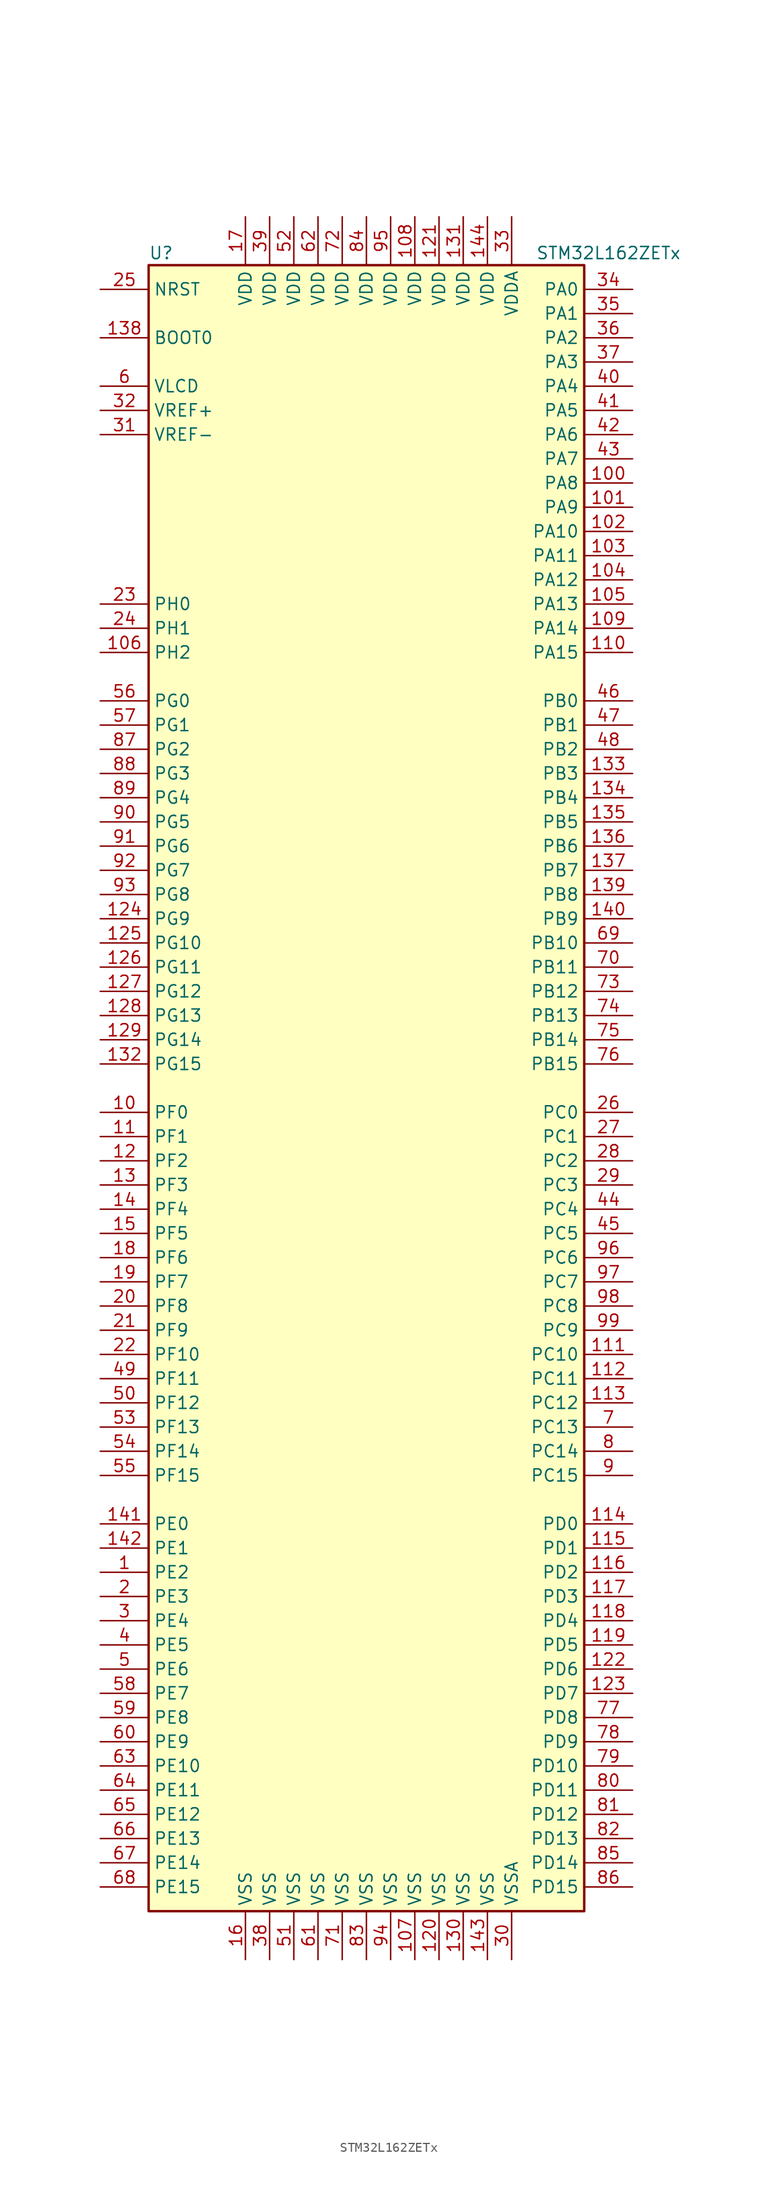
<source format=kicad_sym>
(kicad_symbol_lib
  (version 20201005)
  (generator kicad_symbol_editor)
  (symbol "STM32L162ZETx"
    (property "Reference" "U"
      (at -22.86 87.63 0)
      (effects (font (size 1.27 1.27)) (justify left)))
    (property "Value" "STM32L162ZETx"
      (at 17.78 87.63 0)
      (effects (font (size 1.27 1.27)) (justify left)))
    (symbol "STM32L162ZETx_0_1"
      (rectangle (start -22.86 -86.36) (end 22.86 86.36) (stroke (width 0.254)) (fill (type background))))
    (symbol "STM32L162ZETx_1_1"
      (pin input line (at -27.94 78.74 0) (length 5.08) (name "BOOT0" (effects (font (size 1.27 1.27)))) (number "138" (effects (font (size 1.27 1.27)))))
      (pin input line (at -27.94 83.82 0) (length 5.08) (name "NRST" (effects (font (size 1.27 1.27)))) (number "25" (effects (font (size 1.27 1.27)))))
      (pin bidirectional line (at 27.94 83.82 180) (length 5.08) (name "PA0" (effects (font (size 1.27 1.27)))) (number "34" (effects (font (size 1.27 1.27)))))
      (pin bidirectional line (at 27.94 81.28 180) (length 5.08) (name "PA1" (effects (font (size 1.27 1.27)))) (number "35" (effects (font (size 1.27 1.27)))))
      (pin bidirectional line (at 27.94 58.42 180) (length 5.08) (name "PA10" (effects (font (size 1.27 1.27)))) (number "102" (effects (font (size 1.27 1.27)))))
      (pin bidirectional line (at 27.94 55.88 180) (length 5.08) (name "PA11" (effects (font (size 1.27 1.27)))) (number "103" (effects (font (size 1.27 1.27)))))
      (pin bidirectional line (at 27.94 53.34 180) (length 5.08) (name "PA12" (effects (font (size 1.27 1.27)))) (number "104" (effects (font (size 1.27 1.27)))))
      (pin bidirectional line (at 27.94 50.8 180) (length 5.08) (name "PA13" (effects (font (size 1.27 1.27)))) (number "105" (effects (font (size 1.27 1.27)))))
      (pin bidirectional line (at 27.94 48.26 180) (length 5.08) (name "PA14" (effects (font (size 1.27 1.27)))) (number "109" (effects (font (size 1.27 1.27)))))
      (pin bidirectional line (at 27.94 45.72 180) (length 5.08) (name "PA15" (effects (font (size 1.27 1.27)))) (number "110" (effects (font (size 1.27 1.27)))))
      (pin bidirectional line (at 27.94 78.74 180) (length 5.08) (name "PA2" (effects (font (size 1.27 1.27)))) (number "36" (effects (font (size 1.27 1.27)))))
      (pin bidirectional line (at 27.94 76.2 180) (length 5.08) (name "PA3" (effects (font (size 1.27 1.27)))) (number "37" (effects (font (size 1.27 1.27)))))
      (pin bidirectional line (at 27.94 73.66 180) (length 5.08) (name "PA4" (effects (font (size 1.27 1.27)))) (number "40" (effects (font (size 1.27 1.27)))))
      (pin bidirectional line (at 27.94 71.12 180) (length 5.08) (name "PA5" (effects (font (size 1.27 1.27)))) (number "41" (effects (font (size 1.27 1.27)))))
      (pin bidirectional line (at 27.94 68.58 180) (length 5.08) (name "PA6" (effects (font (size 1.27 1.27)))) (number "42" (effects (font (size 1.27 1.27)))))
      (pin bidirectional line (at 27.94 66.04 180) (length 5.08) (name "PA7" (effects (font (size 1.27 1.27)))) (number "43" (effects (font (size 1.27 1.27)))))
      (pin bidirectional line (at 27.94 63.5 180) (length 5.08) (name "PA8" (effects (font (size 1.27 1.27)))) (number "100" (effects (font (size 1.27 1.27)))))
      (pin bidirectional line (at 27.94 60.96 180) (length 5.08) (name "PA9" (effects (font (size 1.27 1.27)))) (number "101" (effects (font (size 1.27 1.27)))))
      (pin bidirectional line (at 27.94 40.64 180) (length 5.08) (name "PB0" (effects (font (size 1.27 1.27)))) (number "46" (effects (font (size 1.27 1.27)))))
      (pin bidirectional line (at 27.94 38.1 180) (length 5.08) (name "PB1" (effects (font (size 1.27 1.27)))) (number "47" (effects (font (size 1.27 1.27)))))
      (pin bidirectional line (at 27.94 15.24 180) (length 5.08) (name "PB10" (effects (font (size 1.27 1.27)))) (number "69" (effects (font (size 1.27 1.27)))))
      (pin bidirectional line (at 27.94 12.7 180) (length 5.08) (name "PB11" (effects (font (size 1.27 1.27)))) (number "70" (effects (font (size 1.27 1.27)))))
      (pin bidirectional line (at 27.94 10.16 180) (length 5.08) (name "PB12" (effects (font (size 1.27 1.27)))) (number "73" (effects (font (size 1.27 1.27)))))
      (pin bidirectional line (at 27.94 7.62 180) (length 5.08) (name "PB13" (effects (font (size 1.27 1.27)))) (number "74" (effects (font (size 1.27 1.27)))))
      (pin bidirectional line (at 27.94 5.08 180) (length 5.08) (name "PB14" (effects (font (size 1.27 1.27)))) (number "75" (effects (font (size 1.27 1.27)))))
      (pin bidirectional line (at 27.94 2.54 180) (length 5.08) (name "PB15" (effects (font (size 1.27 1.27)))) (number "76" (effects (font (size 1.27 1.27)))))
      (pin bidirectional line (at 27.94 35.56 180) (length 5.08) (name "PB2" (effects (font (size 1.27 1.27)))) (number "48" (effects (font (size 1.27 1.27)))))
      (pin bidirectional line (at 27.94 33.02 180) (length 5.08) (name "PB3" (effects (font (size 1.27 1.27)))) (number "133" (effects (font (size 1.27 1.27)))))
      (pin bidirectional line (at 27.94 30.48 180) (length 5.08) (name "PB4" (effects (font (size 1.27 1.27)))) (number "134" (effects (font (size 1.27 1.27)))))
      (pin bidirectional line (at 27.94 27.94 180) (length 5.08) (name "PB5" (effects (font (size 1.27 1.27)))) (number "135" (effects (font (size 1.27 1.27)))))
      (pin bidirectional line (at 27.94 25.4 180) (length 5.08) (name "PB6" (effects (font (size 1.27 1.27)))) (number "136" (effects (font (size 1.27 1.27)))))
      (pin bidirectional line (at 27.94 22.86 180) (length 5.08) (name "PB7" (effects (font (size 1.27 1.27)))) (number "137" (effects (font (size 1.27 1.27)))))
      (pin bidirectional line (at 27.94 20.32 180) (length 5.08) (name "PB8" (effects (font (size 1.27 1.27)))) (number "139" (effects (font (size 1.27 1.27)))))
      (pin bidirectional line (at 27.94 17.78 180) (length 5.08) (name "PB9" (effects (font (size 1.27 1.27)))) (number "140" (effects (font (size 1.27 1.27)))))
      (pin bidirectional line (at 27.94 -2.54 180) (length 5.08) (name "PC0" (effects (font (size 1.27 1.27)))) (number "26" (effects (font (size 1.27 1.27)))))
      (pin bidirectional line (at 27.94 -5.08 180) (length 5.08) (name "PC1" (effects (font (size 1.27 1.27)))) (number "27" (effects (font (size 1.27 1.27)))))
      (pin bidirectional line (at 27.94 -27.94 180) (length 5.08) (name "PC10" (effects (font (size 1.27 1.27)))) (number "111" (effects (font (size 1.27 1.27)))))
      (pin bidirectional line (at 27.94 -30.48 180) (length 5.08) (name "PC11" (effects (font (size 1.27 1.27)))) (number "112" (effects (font (size 1.27 1.27)))))
      (pin bidirectional line (at 27.94 -33.02 180) (length 5.08) (name "PC12" (effects (font (size 1.27 1.27)))) (number "113" (effects (font (size 1.27 1.27)))))
      (pin bidirectional line (at 27.94 -35.56 180) (length 5.08) (name "PC13" (effects (font (size 1.27 1.27)))) (number "7" (effects (font (size 1.27 1.27)))))
      (pin bidirectional line (at 27.94 -38.1 180) (length 5.08) (name "PC14" (effects (font (size 1.27 1.27)))) (number "8" (effects (font (size 1.27 1.27)))))
      (pin bidirectional line (at 27.94 -40.64 180) (length 5.08) (name "PC15" (effects (font (size 1.27 1.27)))) (number "9" (effects (font (size 1.27 1.27)))))
      (pin bidirectional line (at 27.94 -7.62 180) (length 5.08) (name "PC2" (effects (font (size 1.27 1.27)))) (number "28" (effects (font (size 1.27 1.27)))))
      (pin bidirectional line (at 27.94 -10.16 180) (length 5.08) (name "PC3" (effects (font (size 1.27 1.27)))) (number "29" (effects (font (size 1.27 1.27)))))
      (pin bidirectional line (at 27.94 -12.7 180) (length 5.08) (name "PC4" (effects (font (size 1.27 1.27)))) (number "44" (effects (font (size 1.27 1.27)))))
      (pin bidirectional line (at 27.94 -15.24 180) (length 5.08) (name "PC5" (effects (font (size 1.27 1.27)))) (number "45" (effects (font (size 1.27 1.27)))))
      (pin bidirectional line (at 27.94 -17.78 180) (length 5.08) (name "PC6" (effects (font (size 1.27 1.27)))) (number "96" (effects (font (size 1.27 1.27)))))
      (pin bidirectional line (at 27.94 -20.32 180) (length 5.08) (name "PC7" (effects (font (size 1.27 1.27)))) (number "97" (effects (font (size 1.27 1.27)))))
      (pin bidirectional line (at 27.94 -22.86 180) (length 5.08) (name "PC8" (effects (font (size 1.27 1.27)))) (number "98" (effects (font (size 1.27 1.27)))))
      (pin bidirectional line (at 27.94 -25.4 180) (length 5.08) (name "PC9" (effects (font (size 1.27 1.27)))) (number "99" (effects (font (size 1.27 1.27)))))
      (pin bidirectional line (at 27.94 -45.72 180) (length 5.08) (name "PD0" (effects (font (size 1.27 1.27)))) (number "114" (effects (font (size 1.27 1.27)))))
      (pin bidirectional line (at 27.94 -48.26 180) (length 5.08) (name "PD1" (effects (font (size 1.27 1.27)))) (number "115" (effects (font (size 1.27 1.27)))))
      (pin bidirectional line (at 27.94 -71.12 180) (length 5.08) (name "PD10" (effects (font (size 1.27 1.27)))) (number "79" (effects (font (size 1.27 1.27)))))
      (pin bidirectional line (at 27.94 -73.66 180) (length 5.08) (name "PD11" (effects (font (size 1.27 1.27)))) (number "80" (effects (font (size 1.27 1.27)))))
      (pin bidirectional line (at 27.94 -76.2 180) (length 5.08) (name "PD12" (effects (font (size 1.27 1.27)))) (number "81" (effects (font (size 1.27 1.27)))))
      (pin bidirectional line (at 27.94 -78.74 180) (length 5.08) (name "PD13" (effects (font (size 1.27 1.27)))) (number "82" (effects (font (size 1.27 1.27)))))
      (pin bidirectional line (at 27.94 -81.28 180) (length 5.08) (name "PD14" (effects (font (size 1.27 1.27)))) (number "85" (effects (font (size 1.27 1.27)))))
      (pin bidirectional line (at 27.94 -83.82 180) (length 5.08) (name "PD15" (effects (font (size 1.27 1.27)))) (number "86" (effects (font (size 1.27 1.27)))))
      (pin bidirectional line (at 27.94 -50.8 180) (length 5.08) (name "PD2" (effects (font (size 1.27 1.27)))) (number "116" (effects (font (size 1.27 1.27)))))
      (pin bidirectional line (at 27.94 -53.34 180) (length 5.08) (name "PD3" (effects (font (size 1.27 1.27)))) (number "117" (effects (font (size 1.27 1.27)))))
      (pin bidirectional line (at 27.94 -55.88 180) (length 5.08) (name "PD4" (effects (font (size 1.27 1.27)))) (number "118" (effects (font (size 1.27 1.27)))))
      (pin bidirectional line (at 27.94 -58.42 180) (length 5.08) (name "PD5" (effects (font (size 1.27 1.27)))) (number "119" (effects (font (size 1.27 1.27)))))
      (pin bidirectional line (at 27.94 -60.96 180) (length 5.08) (name "PD6" (effects (font (size 1.27 1.27)))) (number "122" (effects (font (size 1.27 1.27)))))
      (pin bidirectional line (at 27.94 -63.5 180) (length 5.08) (name "PD7" (effects (font (size 1.27 1.27)))) (number "123" (effects (font (size 1.27 1.27)))))
      (pin bidirectional line (at 27.94 -66.04 180) (length 5.08) (name "PD8" (effects (font (size 1.27 1.27)))) (number "77" (effects (font (size 1.27 1.27)))))
      (pin bidirectional line (at 27.94 -68.58 180) (length 5.08) (name "PD9" (effects (font (size 1.27 1.27)))) (number "78" (effects (font (size 1.27 1.27)))))
      (pin bidirectional line (at -27.94 -45.72 0) (length 5.08) (name "PE0" (effects (font (size 1.27 1.27)))) (number "141" (effects (font (size 1.27 1.27)))))
      (pin bidirectional line (at -27.94 -48.26 0) (length 5.08) (name "PE1" (effects (font (size 1.27 1.27)))) (number "142" (effects (font (size 1.27 1.27)))))
      (pin bidirectional line (at -27.94 -71.12 0) (length 5.08) (name "PE10" (effects (font (size 1.27 1.27)))) (number "63" (effects (font (size 1.27 1.27)))))
      (pin bidirectional line (at -27.94 -73.66 0) (length 5.08) (name "PE11" (effects (font (size 1.27 1.27)))) (number "64" (effects (font (size 1.27 1.27)))))
      (pin bidirectional line (at -27.94 -76.2 0) (length 5.08) (name "PE12" (effects (font (size 1.27 1.27)))) (number "65" (effects (font (size 1.27 1.27)))))
      (pin bidirectional line (at -27.94 -78.74 0) (length 5.08) (name "PE13" (effects (font (size 1.27 1.27)))) (number "66" (effects (font (size 1.27 1.27)))))
      (pin bidirectional line (at -27.94 -81.28 0) (length 5.08) (name "PE14" (effects (font (size 1.27 1.27)))) (number "67" (effects (font (size 1.27 1.27)))))
      (pin bidirectional line (at -27.94 -83.82 0) (length 5.08) (name "PE15" (effects (font (size 1.27 1.27)))) (number "68" (effects (font (size 1.27 1.27)))))
      (pin bidirectional line (at -27.94 -50.8 0) (length 5.08) (name "PE2" (effects (font (size 1.27 1.27)))) (number "1" (effects (font (size 1.27 1.27)))))
      (pin bidirectional line (at -27.94 -53.34 0) (length 5.08) (name "PE3" (effects (font (size 1.27 1.27)))) (number "2" (effects (font (size 1.27 1.27)))))
      (pin bidirectional line (at -27.94 -55.88 0) (length 5.08) (name "PE4" (effects (font (size 1.27 1.27)))) (number "3" (effects (font (size 1.27 1.27)))))
      (pin bidirectional line (at -27.94 -58.42 0) (length 5.08) (name "PE5" (effects (font (size 1.27 1.27)))) (number "4" (effects (font (size 1.27 1.27)))))
      (pin bidirectional line (at -27.94 -60.96 0) (length 5.08) (name "PE6" (effects (font (size 1.27 1.27)))) (number "5" (effects (font (size 1.27 1.27)))))
      (pin bidirectional line (at -27.94 -63.5 0) (length 5.08) (name "PE7" (effects (font (size 1.27 1.27)))) (number "58" (effects (font (size 1.27 1.27)))))
      (pin bidirectional line (at -27.94 -66.04 0) (length 5.08) (name "PE8" (effects (font (size 1.27 1.27)))) (number "59" (effects (font (size 1.27 1.27)))))
      (pin bidirectional line (at -27.94 -68.58 0) (length 5.08) (name "PE9" (effects (font (size 1.27 1.27)))) (number "60" (effects (font (size 1.27 1.27)))))
      (pin bidirectional line (at -27.94 -2.54 0) (length 5.08) (name "PF0" (effects (font (size 1.27 1.27)))) (number "10" (effects (font (size 1.27 1.27)))))
      (pin bidirectional line (at -27.94 -5.08 0) (length 5.08) (name "PF1" (effects (font (size 1.27 1.27)))) (number "11" (effects (font (size 1.27 1.27)))))
      (pin bidirectional line (at -27.94 -27.94 0) (length 5.08) (name "PF10" (effects (font (size 1.27 1.27)))) (number "22" (effects (font (size 1.27 1.27)))))
      (pin bidirectional line (at -27.94 -30.48 0) (length 5.08) (name "PF11" (effects (font (size 1.27 1.27)))) (number "49" (effects (font (size 1.27 1.27)))))
      (pin bidirectional line (at -27.94 -33.02 0) (length 5.08) (name "PF12" (effects (font (size 1.27 1.27)))) (number "50" (effects (font (size 1.27 1.27)))))
      (pin bidirectional line (at -27.94 -35.56 0) (length 5.08) (name "PF13" (effects (font (size 1.27 1.27)))) (number "53" (effects (font (size 1.27 1.27)))))
      (pin bidirectional line (at -27.94 -38.1 0) (length 5.08) (name "PF14" (effects (font (size 1.27 1.27)))) (number "54" (effects (font (size 1.27 1.27)))))
      (pin bidirectional line (at -27.94 -40.64 0) (length 5.08) (name "PF15" (effects (font (size 1.27 1.27)))) (number "55" (effects (font (size 1.27 1.27)))))
      (pin bidirectional line (at -27.94 -7.62 0) (length 5.08) (name "PF2" (effects (font (size 1.27 1.27)))) (number "12" (effects (font (size 1.27 1.27)))))
      (pin bidirectional line (at -27.94 -10.16 0) (length 5.08) (name "PF3" (effects (font (size 1.27 1.27)))) (number "13" (effects (font (size 1.27 1.27)))))
      (pin bidirectional line (at -27.94 -12.7 0) (length 5.08) (name "PF4" (effects (font (size 1.27 1.27)))) (number "14" (effects (font (size 1.27 1.27)))))
      (pin bidirectional line (at -27.94 -15.24 0) (length 5.08) (name "PF5" (effects (font (size 1.27 1.27)))) (number "15" (effects (font (size 1.27 1.27)))))
      (pin bidirectional line (at -27.94 -17.78 0) (length 5.08) (name "PF6" (effects (font (size 1.27 1.27)))) (number "18" (effects (font (size 1.27 1.27)))))
      (pin bidirectional line (at -27.94 -20.32 0) (length 5.08) (name "PF7" (effects (font (size 1.27 1.27)))) (number "19" (effects (font (size 1.27 1.27)))))
      (pin bidirectional line (at -27.94 -22.86 0) (length 5.08) (name "PF8" (effects (font (size 1.27 1.27)))) (number "20" (effects (font (size 1.27 1.27)))))
      (pin bidirectional line (at -27.94 -25.4 0) (length 5.08) (name "PF9" (effects (font (size 1.27 1.27)))) (number "21" (effects (font (size 1.27 1.27)))))
      (pin bidirectional line (at -27.94 40.64 0) (length 5.08) (name "PG0" (effects (font (size 1.27 1.27)))) (number "56" (effects (font (size 1.27 1.27)))))
      (pin bidirectional line (at -27.94 38.1 0) (length 5.08) (name "PG1" (effects (font (size 1.27 1.27)))) (number "57" (effects (font (size 1.27 1.27)))))
      (pin bidirectional line (at -27.94 15.24 0) (length 5.08) (name "PG10" (effects (font (size 1.27 1.27)))) (number "125" (effects (font (size 1.27 1.27)))))
      (pin bidirectional line (at -27.94 12.7 0) (length 5.08) (name "PG11" (effects (font (size 1.27 1.27)))) (number "126" (effects (font (size 1.27 1.27)))))
      (pin bidirectional line (at -27.94 10.16 0) (length 5.08) (name "PG12" (effects (font (size 1.27 1.27)))) (number "127" (effects (font (size 1.27 1.27)))))
      (pin bidirectional line (at -27.94 7.62 0) (length 5.08) (name "PG13" (effects (font (size 1.27 1.27)))) (number "128" (effects (font (size 1.27 1.27)))))
      (pin bidirectional line (at -27.94 5.08 0) (length 5.08) (name "PG14" (effects (font (size 1.27 1.27)))) (number "129" (effects (font (size 1.27 1.27)))))
      (pin bidirectional line (at -27.94 2.54 0) (length 5.08) (name "PG15" (effects (font (size 1.27 1.27)))) (number "132" (effects (font (size 1.27 1.27)))))
      (pin bidirectional line (at -27.94 35.56 0) (length 5.08) (name "PG2" (effects (font (size 1.27 1.27)))) (number "87" (effects (font (size 1.27 1.27)))))
      (pin bidirectional line (at -27.94 33.02 0) (length 5.08) (name "PG3" (effects (font (size 1.27 1.27)))) (number "88" (effects (font (size 1.27 1.27)))))
      (pin bidirectional line (at -27.94 30.48 0) (length 5.08) (name "PG4" (effects (font (size 1.27 1.27)))) (number "89" (effects (font (size 1.27 1.27)))))
      (pin bidirectional line (at -27.94 27.94 0) (length 5.08) (name "PG5" (effects (font (size 1.27 1.27)))) (number "90" (effects (font (size 1.27 1.27)))))
      (pin bidirectional line (at -27.94 25.4 0) (length 5.08) (name "PG6" (effects (font (size 1.27 1.27)))) (number "91" (effects (font (size 1.27 1.27)))))
      (pin bidirectional line (at -27.94 22.86 0) (length 5.08) (name "PG7" (effects (font (size 1.27 1.27)))) (number "92" (effects (font (size 1.27 1.27)))))
      (pin bidirectional line (at -27.94 20.32 0) (length 5.08) (name "PG8" (effects (font (size 1.27 1.27)))) (number "93" (effects (font (size 1.27 1.27)))))
      (pin bidirectional line (at -27.94 17.78 0) (length 5.08) (name "PG9" (effects (font (size 1.27 1.27)))) (number "124" (effects (font (size 1.27 1.27)))))
      (pin input line (at -27.94 50.8 0) (length 5.08) (name "PH0" (effects (font (size 1.27 1.27)))) (number "23" (effects (font (size 1.27 1.27)))))
      (pin input line (at -27.94 48.26 0) (length 5.08) (name "PH1" (effects (font (size 1.27 1.27)))) (number "24" (effects (font (size 1.27 1.27)))))
      (pin bidirectional line (at -27.94 45.72 0) (length 5.08) (name "PH2" (effects (font (size 1.27 1.27)))) (number "106" (effects (font (size 1.27 1.27)))))
      (pin power_in line (at 5.08 91.44 270) (length 5.08) (name "VDD" (effects (font (size 1.27 1.27)))) (number "108" (effects (font (size 1.27 1.27)))))
      (pin power_in line (at 7.62 91.44 270) (length 5.08) (name "VDD" (effects (font (size 1.27 1.27)))) (number "121" (effects (font (size 1.27 1.27)))))
      (pin power_in line (at 10.16 91.44 270) (length 5.08) (name "VDD" (effects (font (size 1.27 1.27)))) (number "131" (effects (font (size 1.27 1.27)))))
      (pin power_in line (at 12.7 91.44 270) (length 5.08) (name "VDD" (effects (font (size 1.27 1.27)))) (number "144" (effects (font (size 1.27 1.27)))))
      (pin power_in line (at -12.7 91.44 270) (length 5.08) (name "VDD" (effects (font (size 1.27 1.27)))) (number "17" (effects (font (size 1.27 1.27)))))
      (pin power_in line (at -10.16 91.44 270) (length 5.08) (name "VDD" (effects (font (size 1.27 1.27)))) (number "39" (effects (font (size 1.27 1.27)))))
      (pin power_in line (at -7.62 91.44 270) (length 5.08) (name "VDD" (effects (font (size 1.27 1.27)))) (number "52" (effects (font (size 1.27 1.27)))))
      (pin power_in line (at -5.08 91.44 270) (length 5.08) (name "VDD" (effects (font (size 1.27 1.27)))) (number "62" (effects (font (size 1.27 1.27)))))
      (pin power_in line (at -2.54 91.44 270) (length 5.08) (name "VDD" (effects (font (size 1.27 1.27)))) (number "72" (effects (font (size 1.27 1.27)))))
      (pin power_in line (at 0 91.44 270) (length 5.08) (name "VDD" (effects (font (size 1.27 1.27)))) (number "84" (effects (font (size 1.27 1.27)))))
      (pin power_in line (at 2.54 91.44 270) (length 5.08) (name "VDD" (effects (font (size 1.27 1.27)))) (number "95" (effects (font (size 1.27 1.27)))))
      (pin power_in line (at 15.24 91.44 270) (length 5.08) (name "VDDA" (effects (font (size 1.27 1.27)))) (number "33" (effects (font (size 1.27 1.27)))))
      (pin power_in line (at -27.94 73.66 0) (length 5.08) (name "VLCD" (effects (font (size 1.27 1.27)))) (number "6" (effects (font (size 1.27 1.27)))))
      (pin power_in line (at -27.94 71.12 0) (length 5.08) (name "VREF+" (effects (font (size 1.27 1.27)))) (number "32" (effects (font (size 1.27 1.27)))))
      (pin power_in line (at -27.94 68.58 0) (length 5.08) (name "VREF-" (effects (font (size 1.27 1.27)))) (number "31" (effects (font (size 1.27 1.27)))))
      (pin power_in line (at 5.08 -91.44 90) (length 5.08) (name "VSS" (effects (font (size 1.27 1.27)))) (number "107" (effects (font (size 1.27 1.27)))))
      (pin power_in line (at 7.62 -91.44 90) (length 5.08) (name "VSS" (effects (font (size 1.27 1.27)))) (number "120" (effects (font (size 1.27 1.27)))))
      (pin power_in line (at 10.16 -91.44 90) (length 5.08) (name "VSS" (effects (font (size 1.27 1.27)))) (number "130" (effects (font (size 1.27 1.27)))))
      (pin power_in line (at 12.7 -91.44 90) (length 5.08) (name "VSS" (effects (font (size 1.27 1.27)))) (number "143" (effects (font (size 1.27 1.27)))))
      (pin power_in line (at -12.7 -91.44 90) (length 5.08) (name "VSS" (effects (font (size 1.27 1.27)))) (number "16" (effects (font (size 1.27 1.27)))))
      (pin power_in line (at -10.16 -91.44 90) (length 5.08) (name "VSS" (effects (font (size 1.27 1.27)))) (number "38" (effects (font (size 1.27 1.27)))))
      (pin power_in line (at -7.62 -91.44 90) (length 5.08) (name "VSS" (effects (font (size 1.27 1.27)))) (number "51" (effects (font (size 1.27 1.27)))))
      (pin power_in line (at -5.08 -91.44 90) (length 5.08) (name "VSS" (effects (font (size 1.27 1.27)))) (number "61" (effects (font (size 1.27 1.27)))))
      (pin power_in line (at -2.54 -91.44 90) (length 5.08) (name "VSS" (effects (font (size 1.27 1.27)))) (number "71" (effects (font (size 1.27 1.27)))))
      (pin power_in line (at 0 -91.44 90) (length 5.08) (name "VSS" (effects (font (size 1.27 1.27)))) (number "83" (effects (font (size 1.27 1.27)))))
      (pin power_in line (at 2.54 -91.44 90) (length 5.08) (name "VSS" (effects (font (size 1.27 1.27)))) (number "94" (effects (font (size 1.27 1.27)))))
      (pin power_in line (at 15.24 -91.44 90) (length 5.08) (name "VSSA" (effects (font (size 1.27 1.27)))) (number "30" (effects (font (size 1.27 1.27))))))))
</source>
